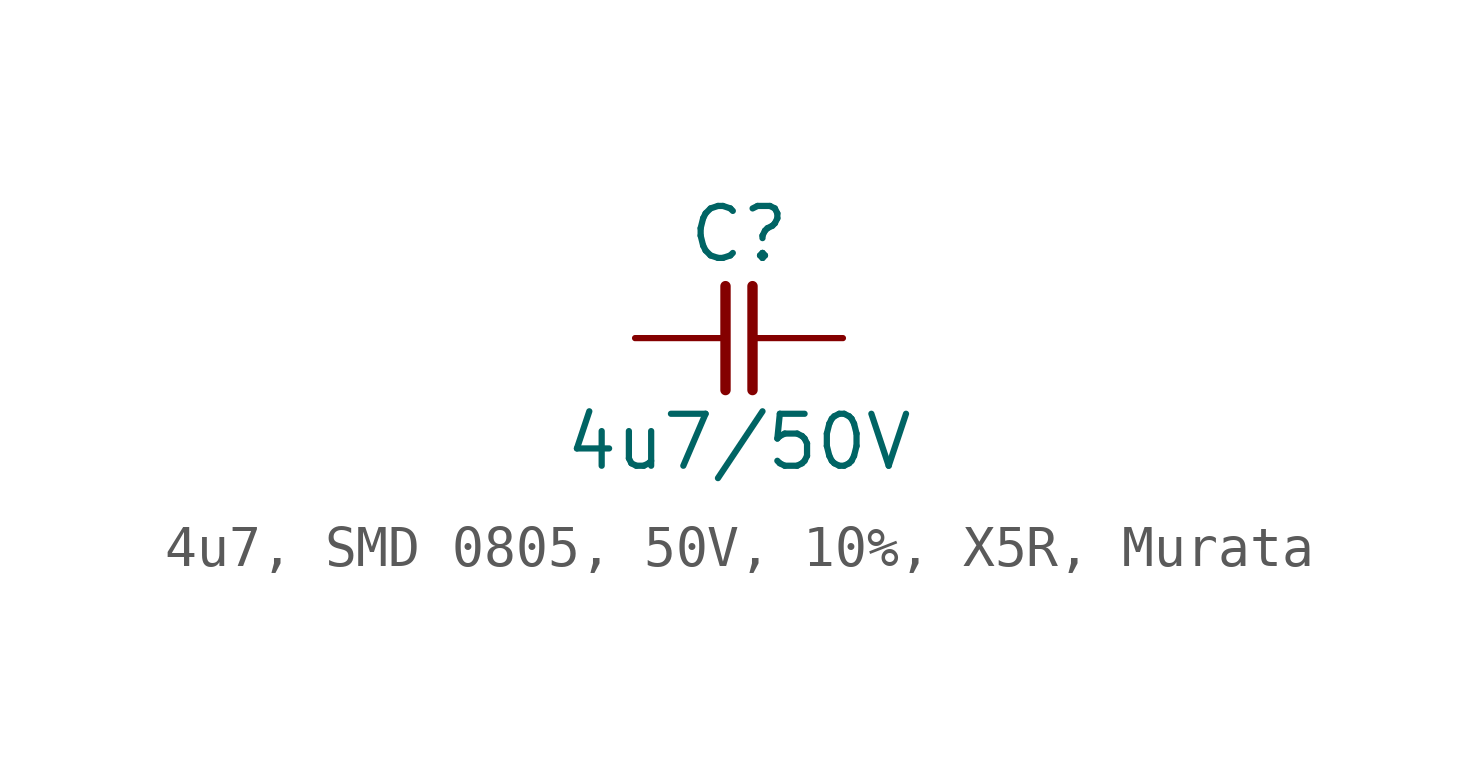
<source format=kicad_sym>
(kicad_symbol_lib
  (version 20241209)
  (generator "kicad_symbol_editor")
  (generator_version "9.0")
  (symbol "4u7, SMD 0805, 50V, 10%, X5R, Murata"
    (pin_numbers
      (hide yes))
    (pin_names
      (offset 0)
      (hide yes))
    (property "Reference" "C"
      (at 0 2.54 0)
      (effects (font (size 1.27 1.27))))
    (property "Value" "4u7/50V"
      (at 0 -2.54 0)
      (effects (font (size 1.27 1.27))))
    (symbol "4u7, SMD 0805, 50V, 10%, X5R, Murata_0_1"
      (polyline (pts (xy -0.33 1.27) (xy -0.33 -1.27)) (stroke (width 0.254) (type default)) (fill (type none)))
      (polyline (pts (xy 0.33 1.27) (xy 0.33 -1.27)) (stroke (width 0.254) (type default)) (fill (type none))))
    (symbol "4u7, SMD 0805, 50V, 10%, X5R, Murata_1_1"
      (pin passive line (at -2.54 0 0) (length 2.21) (name "1" (effects (font (size 1.27 1.27)))) (number "1" (effects (font (size 1.27 1.27)))))
      (pin passive line (at 2.54 0 180) (length 2.21) (name "2" (effects (font (size 1.27 1.27)))) (number "2" (effects (font (size 1.27 1.27))))))))
</source>
